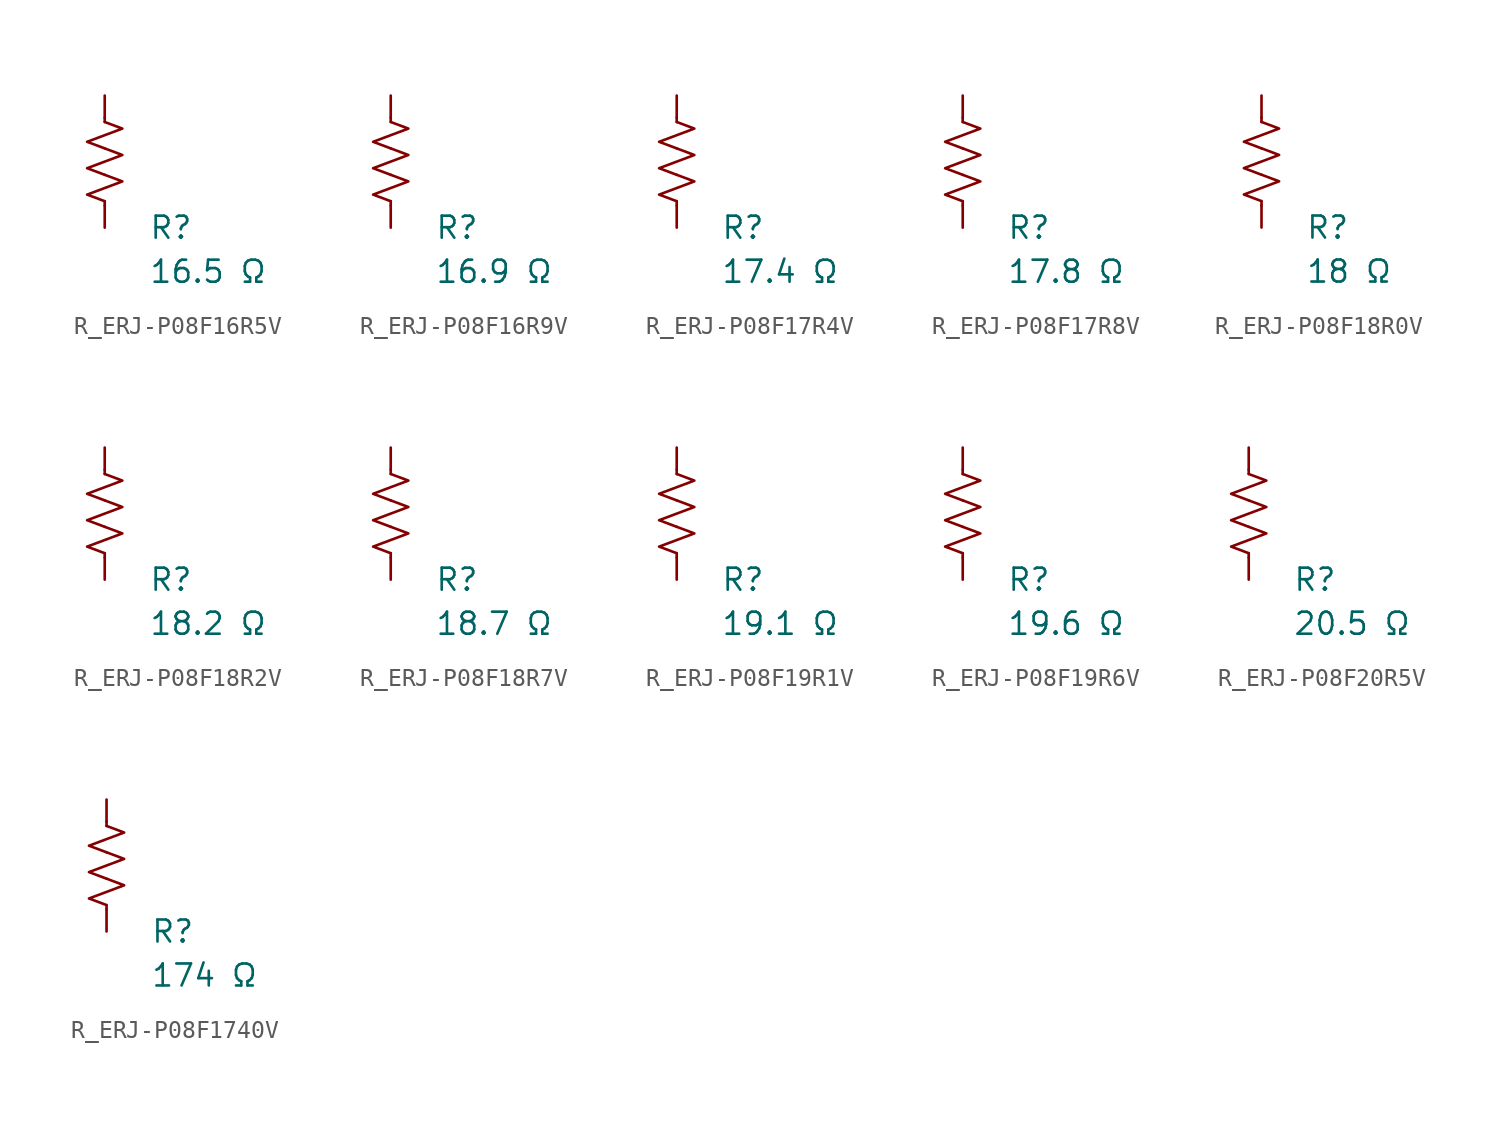
<source format=kicad_sym>
(kicad_symbol_lib
  (version 20231120)
  (generator "kicad_symbol_editor")
  (generator_version "8.0")
  (symbol "R_ERJ-P08F16R5V"
    (pin_numbers hide)
    (pin_names
      (offset 0))
    (property "Reference" "R"
      (at 2.54 -3.81 0)
      (effects (font (size 1.27 1.27)) (justify left))
      (show_name no))
    (property "Value" "16.5 Ω"
      (at 2.54 -6.35 0)
      (effects (font (size 1.27 1.27)) (justify left))
      (show_name no))
    (symbol "R_ERJ-P08F16R5V_0_1"
      (polyline (pts (xy 0 -2.286) (xy 0 -2.54)) (stroke (width 0) (type default)) (fill (type none)))
      (polyline (pts (xy 0 2.286) (xy 0 2.54)) (stroke (width 0) (type default)) (fill (type none)))
      (polyline (pts (xy 0 -0.762) (xy 1.016 -1.143) (xy 0 -1.524) (xy -1.016 -1.905) (xy 0 -2.286)) (stroke (width 0) (type default)) (fill (type none)))
      (polyline (pts (xy 0 0.762) (xy 1.016 0.381) (xy 0 0) (xy -1.016 -0.381) (xy 0 -0.762)) (stroke (width 0) (type default)) (fill (type none)))
      (polyline (pts (xy 0 2.286) (xy 1.016 1.905) (xy 0 1.524) (xy -1.016 1.143) (xy 0 0.762)) (stroke (width 0) (type default)) (fill (type none))))
    (symbol "R_ERJ-P08F16R5V_1_1"
      (pin passive line (at 0 3.81 270) (length 1.27) (name "~" (effects (font (size 1.27 1.27)))) (number "1" (effects (font (size 1.27 1.27)))))
      (pin passive line (at 0 -3.81 90) (length 1.27) (name "~" (effects (font (size 1.27 1.27)))) (number "2" (effects (font (size 1.27 1.27)))))))
  (symbol "R_ERJ-P08F16R9V"
    (pin_numbers hide)
    (pin_names
      (offset 0))
    (property "Reference" "R"
      (at 2.54 -3.81 0)
      (effects (font (size 1.27 1.27)) (justify left))
      (show_name no))
    (property "Value" "16.9 Ω"
      (at 2.54 -6.35 0)
      (effects (font (size 1.27 1.27)) (justify left))
      (show_name no))
    (symbol "R_ERJ-P08F16R9V_0_1"
      (polyline (pts (xy 0 -2.286) (xy 0 -2.54)) (stroke (width 0) (type default)) (fill (type none)))
      (polyline (pts (xy 0 2.286) (xy 0 2.54)) (stroke (width 0) (type default)) (fill (type none)))
      (polyline (pts (xy 0 -0.762) (xy 1.016 -1.143) (xy 0 -1.524) (xy -1.016 -1.905) (xy 0 -2.286)) (stroke (width 0) (type default)) (fill (type none)))
      (polyline (pts (xy 0 0.762) (xy 1.016 0.381) (xy 0 0) (xy -1.016 -0.381) (xy 0 -0.762)) (stroke (width 0) (type default)) (fill (type none)))
      (polyline (pts (xy 0 2.286) (xy 1.016 1.905) (xy 0 1.524) (xy -1.016 1.143) (xy 0 0.762)) (stroke (width 0) (type default)) (fill (type none))))
    (symbol "R_ERJ-P08F16R9V_1_1"
      (pin passive line (at 0 3.81 270) (length 1.27) (name "~" (effects (font (size 1.27 1.27)))) (number "1" (effects (font (size 1.27 1.27)))))
      (pin passive line (at 0 -3.81 90) (length 1.27) (name "~" (effects (font (size 1.27 1.27)))) (number "2" (effects (font (size 1.27 1.27)))))))
  (symbol "R_ERJ-P08F17R4V"
    (pin_numbers hide)
    (pin_names
      (offset 0))
    (property "Reference" "R"
      (at 2.54 -3.81 0)
      (effects (font (size 1.27 1.27)) (justify left))
      (show_name no))
    (property "Value" "17.4 Ω"
      (at 2.54 -6.35 0)
      (effects (font (size 1.27 1.27)) (justify left))
      (show_name no))
    (symbol "R_ERJ-P08F17R4V_0_1"
      (polyline (pts (xy 0 -2.286) (xy 0 -2.54)) (stroke (width 0) (type default)) (fill (type none)))
      (polyline (pts (xy 0 2.286) (xy 0 2.54)) (stroke (width 0) (type default)) (fill (type none)))
      (polyline (pts (xy 0 -0.762) (xy 1.016 -1.143) (xy 0 -1.524) (xy -1.016 -1.905) (xy 0 -2.286)) (stroke (width 0) (type default)) (fill (type none)))
      (polyline (pts (xy 0 0.762) (xy 1.016 0.381) (xy 0 0) (xy -1.016 -0.381) (xy 0 -0.762)) (stroke (width 0) (type default)) (fill (type none)))
      (polyline (pts (xy 0 2.286) (xy 1.016 1.905) (xy 0 1.524) (xy -1.016 1.143) (xy 0 0.762)) (stroke (width 0) (type default)) (fill (type none))))
    (symbol "R_ERJ-P08F17R4V_1_1"
      (pin passive line (at 0 3.81 270) (length 1.27) (name "~" (effects (font (size 1.27 1.27)))) (number "1" (effects (font (size 1.27 1.27)))))
      (pin passive line (at 0 -3.81 90) (length 1.27) (name "~" (effects (font (size 1.27 1.27)))) (number "2" (effects (font (size 1.27 1.27)))))))
  (symbol "R_ERJ-P08F17R8V"
    (pin_numbers hide)
    (pin_names
      (offset 0))
    (property "Reference" "R"
      (at 2.54 -3.81 0)
      (effects (font (size 1.27 1.27)) (justify left))
      (show_name no))
    (property "Value" "17.8 Ω"
      (at 2.54 -6.35 0)
      (effects (font (size 1.27 1.27)) (justify left))
      (show_name no))
    (symbol "R_ERJ-P08F17R8V_0_1"
      (polyline (pts (xy 0 -2.286) (xy 0 -2.54)) (stroke (width 0) (type default)) (fill (type none)))
      (polyline (pts (xy 0 2.286) (xy 0 2.54)) (stroke (width 0) (type default)) (fill (type none)))
      (polyline (pts (xy 0 -0.762) (xy 1.016 -1.143) (xy 0 -1.524) (xy -1.016 -1.905) (xy 0 -2.286)) (stroke (width 0) (type default)) (fill (type none)))
      (polyline (pts (xy 0 0.762) (xy 1.016 0.381) (xy 0 0) (xy -1.016 -0.381) (xy 0 -0.762)) (stroke (width 0) (type default)) (fill (type none)))
      (polyline (pts (xy 0 2.286) (xy 1.016 1.905) (xy 0 1.524) (xy -1.016 1.143) (xy 0 0.762)) (stroke (width 0) (type default)) (fill (type none))))
    (symbol "R_ERJ-P08F17R8V_1_1"
      (pin passive line (at 0 3.81 270) (length 1.27) (name "~" (effects (font (size 1.27 1.27)))) (number "1" (effects (font (size 1.27 1.27)))))
      (pin passive line (at 0 -3.81 90) (length 1.27) (name "~" (effects (font (size 1.27 1.27)))) (number "2" (effects (font (size 1.27 1.27)))))))
  (symbol "R_ERJ-P08F18R0V"
    (pin_numbers hide)
    (pin_names
      (offset 0))
    (property "Reference" "R"
      (at 2.54 -3.81 0)
      (effects (font (size 1.27 1.27)) (justify left))
      (show_name no))
    (property "Value" "18 Ω"
      (at 2.54 -6.35 0)
      (effects (font (size 1.27 1.27)) (justify left))
      (show_name no))
    (symbol "R_ERJ-P08F18R0V_0_1"
      (polyline (pts (xy 0 -2.286) (xy 0 -2.54)) (stroke (width 0) (type default)) (fill (type none)))
      (polyline (pts (xy 0 2.286) (xy 0 2.54)) (stroke (width 0) (type default)) (fill (type none)))
      (polyline (pts (xy 0 -0.762) (xy 1.016 -1.143) (xy 0 -1.524) (xy -1.016 -1.905) (xy 0 -2.286)) (stroke (width 0) (type default)) (fill (type none)))
      (polyline (pts (xy 0 0.762) (xy 1.016 0.381) (xy 0 0) (xy -1.016 -0.381) (xy 0 -0.762)) (stroke (width 0) (type default)) (fill (type none)))
      (polyline (pts (xy 0 2.286) (xy 1.016 1.905) (xy 0 1.524) (xy -1.016 1.143) (xy 0 0.762)) (stroke (width 0) (type default)) (fill (type none))))
    (symbol "R_ERJ-P08F18R0V_1_1"
      (pin passive line (at 0 3.81 270) (length 1.27) (name "~" (effects (font (size 1.27 1.27)))) (number "1" (effects (font (size 1.27 1.27)))))
      (pin passive line (at 0 -3.81 90) (length 1.27) (name "~" (effects (font (size 1.27 1.27)))) (number "2" (effects (font (size 1.27 1.27)))))))
  (symbol "R_ERJ-P08F18R2V"
    (pin_numbers hide)
    (pin_names
      (offset 0))
    (property "Reference" "R"
      (at 2.54 -3.81 0)
      (effects (font (size 1.27 1.27)) (justify left))
      (show_name no))
    (property "Value" "18.2 Ω"
      (at 2.54 -6.35 0)
      (effects (font (size 1.27 1.27)) (justify left))
      (show_name no))
    (symbol "R_ERJ-P08F18R2V_0_1"
      (polyline (pts (xy 0 -2.286) (xy 0 -2.54)) (stroke (width 0) (type default)) (fill (type none)))
      (polyline (pts (xy 0 2.286) (xy 0 2.54)) (stroke (width 0) (type default)) (fill (type none)))
      (polyline (pts (xy 0 -0.762) (xy 1.016 -1.143) (xy 0 -1.524) (xy -1.016 -1.905) (xy 0 -2.286)) (stroke (width 0) (type default)) (fill (type none)))
      (polyline (pts (xy 0 0.762) (xy 1.016 0.381) (xy 0 0) (xy -1.016 -0.381) (xy 0 -0.762)) (stroke (width 0) (type default)) (fill (type none)))
      (polyline (pts (xy 0 2.286) (xy 1.016 1.905) (xy 0 1.524) (xy -1.016 1.143) (xy 0 0.762)) (stroke (width 0) (type default)) (fill (type none))))
    (symbol "R_ERJ-P08F18R2V_1_1"
      (pin passive line (at 0 3.81 270) (length 1.27) (name "~" (effects (font (size 1.27 1.27)))) (number "1" (effects (font (size 1.27 1.27)))))
      (pin passive line (at 0 -3.81 90) (length 1.27) (name "~" (effects (font (size 1.27 1.27)))) (number "2" (effects (font (size 1.27 1.27)))))))
  (symbol "R_ERJ-P08F18R7V"
    (pin_numbers hide)
    (pin_names
      (offset 0))
    (property "Reference" "R"
      (at 2.54 -3.81 0)
      (effects (font (size 1.27 1.27)) (justify left))
      (show_name no))
    (property "Value" "18.7 Ω"
      (at 2.54 -6.35 0)
      (effects (font (size 1.27 1.27)) (justify left))
      (show_name no))
    (symbol "R_ERJ-P08F18R7V_0_1"
      (polyline (pts (xy 0 -2.286) (xy 0 -2.54)) (stroke (width 0) (type default)) (fill (type none)))
      (polyline (pts (xy 0 2.286) (xy 0 2.54)) (stroke (width 0) (type default)) (fill (type none)))
      (polyline (pts (xy 0 -0.762) (xy 1.016 -1.143) (xy 0 -1.524) (xy -1.016 -1.905) (xy 0 -2.286)) (stroke (width 0) (type default)) (fill (type none)))
      (polyline (pts (xy 0 0.762) (xy 1.016 0.381) (xy 0 0) (xy -1.016 -0.381) (xy 0 -0.762)) (stroke (width 0) (type default)) (fill (type none)))
      (polyline (pts (xy 0 2.286) (xy 1.016 1.905) (xy 0 1.524) (xy -1.016 1.143) (xy 0 0.762)) (stroke (width 0) (type default)) (fill (type none))))
    (symbol "R_ERJ-P08F18R7V_1_1"
      (pin passive line (at 0 3.81 270) (length 1.27) (name "~" (effects (font (size 1.27 1.27)))) (number "1" (effects (font (size 1.27 1.27)))))
      (pin passive line (at 0 -3.81 90) (length 1.27) (name "~" (effects (font (size 1.27 1.27)))) (number "2" (effects (font (size 1.27 1.27)))))))
  (symbol "R_ERJ-P08F19R1V"
    (pin_numbers hide)
    (pin_names
      (offset 0))
    (property "Reference" "R"
      (at 2.54 -3.81 0)
      (effects (font (size 1.27 1.27)) (justify left))
      (show_name no))
    (property "Value" "19.1 Ω"
      (at 2.54 -6.35 0)
      (effects (font (size 1.27 1.27)) (justify left))
      (show_name no))
    (symbol "R_ERJ-P08F19R1V_0_1"
      (polyline (pts (xy 0 -2.286) (xy 0 -2.54)) (stroke (width 0) (type default)) (fill (type none)))
      (polyline (pts (xy 0 2.286) (xy 0 2.54)) (stroke (width 0) (type default)) (fill (type none)))
      (polyline (pts (xy 0 -0.762) (xy 1.016 -1.143) (xy 0 -1.524) (xy -1.016 -1.905) (xy 0 -2.286)) (stroke (width 0) (type default)) (fill (type none)))
      (polyline (pts (xy 0 0.762) (xy 1.016 0.381) (xy 0 0) (xy -1.016 -0.381) (xy 0 -0.762)) (stroke (width 0) (type default)) (fill (type none)))
      (polyline (pts (xy 0 2.286) (xy 1.016 1.905) (xy 0 1.524) (xy -1.016 1.143) (xy 0 0.762)) (stroke (width 0) (type default)) (fill (type none))))
    (symbol "R_ERJ-P08F19R1V_1_1"
      (pin passive line (at 0 3.81 270) (length 1.27) (name "~" (effects (font (size 1.27 1.27)))) (number "1" (effects (font (size 1.27 1.27)))))
      (pin passive line (at 0 -3.81 90) (length 1.27) (name "~" (effects (font (size 1.27 1.27)))) (number "2" (effects (font (size 1.27 1.27)))))))
  (symbol "R_ERJ-P08F19R6V"
    (pin_numbers hide)
    (pin_names
      (offset 0))
    (property "Reference" "R"
      (at 2.54 -3.81 0)
      (effects (font (size 1.27 1.27)) (justify left))
      (show_name no))
    (property "Value" "19.6 Ω"
      (at 2.54 -6.35 0)
      (effects (font (size 1.27 1.27)) (justify left))
      (show_name no))
    (symbol "R_ERJ-P08F19R6V_0_1"
      (polyline (pts (xy 0 -2.286) (xy 0 -2.54)) (stroke (width 0) (type default)) (fill (type none)))
      (polyline (pts (xy 0 2.286) (xy 0 2.54)) (stroke (width 0) (type default)) (fill (type none)))
      (polyline (pts (xy 0 -0.762) (xy 1.016 -1.143) (xy 0 -1.524) (xy -1.016 -1.905) (xy 0 -2.286)) (stroke (width 0) (type default)) (fill (type none)))
      (polyline (pts (xy 0 0.762) (xy 1.016 0.381) (xy 0 0) (xy -1.016 -0.381) (xy 0 -0.762)) (stroke (width 0) (type default)) (fill (type none)))
      (polyline (pts (xy 0 2.286) (xy 1.016 1.905) (xy 0 1.524) (xy -1.016 1.143) (xy 0 0.762)) (stroke (width 0) (type default)) (fill (type none))))
    (symbol "R_ERJ-P08F19R6V_1_1"
      (pin passive line (at 0 3.81 270) (length 1.27) (name "~" (effects (font (size 1.27 1.27)))) (number "1" (effects (font (size 1.27 1.27)))))
      (pin passive line (at 0 -3.81 90) (length 1.27) (name "~" (effects (font (size 1.27 1.27)))) (number "2" (effects (font (size 1.27 1.27)))))))
  (symbol "R_ERJ-P08F20R5V"
    (pin_numbers hide)
    (pin_names
      (offset 0))
    (property "Reference" "R"
      (at 2.54 -3.81 0)
      (effects (font (size 1.27 1.27)) (justify left))
      (show_name no))
    (property "Value" "20.5 Ω"
      (at 2.54 -6.35 0)
      (effects (font (size 1.27 1.27)) (justify left))
      (show_name no))
    (symbol "R_ERJ-P08F20R5V_0_1"
      (polyline (pts (xy 0 -2.286) (xy 0 -2.54)) (stroke (width 0) (type default)) (fill (type none)))
      (polyline (pts (xy 0 2.286) (xy 0 2.54)) (stroke (width 0) (type default)) (fill (type none)))
      (polyline (pts (xy 0 -0.762) (xy 1.016 -1.143) (xy 0 -1.524) (xy -1.016 -1.905) (xy 0 -2.286)) (stroke (width 0) (type default)) (fill (type none)))
      (polyline (pts (xy 0 0.762) (xy 1.016 0.381) (xy 0 0) (xy -1.016 -0.381) (xy 0 -0.762)) (stroke (width 0) (type default)) (fill (type none)))
      (polyline (pts (xy 0 2.286) (xy 1.016 1.905) (xy 0 1.524) (xy -1.016 1.143) (xy 0 0.762)) (stroke (width 0) (type default)) (fill (type none))))
    (symbol "R_ERJ-P08F20R5V_1_1"
      (pin passive line (at 0 3.81 270) (length 1.27) (name "~" (effects (font (size 1.27 1.27)))) (number "1" (effects (font (size 1.27 1.27)))))
      (pin passive line (at 0 -3.81 90) (length 1.27) (name "~" (effects (font (size 1.27 1.27)))) (number "2" (effects (font (size 1.27 1.27)))))))
  (symbol "R_ERJ-P08F1740V"
    (pin_numbers hide)
    (pin_names
      (offset 0))
    (property "Reference" "R"
      (at 2.54 -3.81 0)
      (effects (font (size 1.27 1.27)) (justify left))
      (show_name no))
    (property "Value" "174 Ω"
      (at 2.54 -6.35 0)
      (effects (font (size 1.27 1.27)) (justify left))
      (show_name no))
    (symbol "R_ERJ-P08F1740V_0_1"
      (polyline (pts (xy 0 -2.286) (xy 0 -2.54)) (stroke (width 0) (type default)) (fill (type none)))
      (polyline (pts (xy 0 2.286) (xy 0 2.54)) (stroke (width 0) (type default)) (fill (type none)))
      (polyline (pts (xy 0 -0.762) (xy 1.016 -1.143) (xy 0 -1.524) (xy -1.016 -1.905) (xy 0 -2.286)) (stroke (width 0) (type default)) (fill (type none)))
      (polyline (pts (xy 0 0.762) (xy 1.016 0.381) (xy 0 0) (xy -1.016 -0.381) (xy 0 -0.762)) (stroke (width 0) (type default)) (fill (type none)))
      (polyline (pts (xy 0 2.286) (xy 1.016 1.905) (xy 0 1.524) (xy -1.016 1.143) (xy 0 0.762)) (stroke (width 0) (type default)) (fill (type none))))
    (symbol "R_ERJ-P08F1740V_1_1"
      (pin passive line (at 0 3.81 270) (length 1.27) (name "~" (effects (font (size 1.27 1.27)))) (number "1" (effects (font (size 1.27 1.27)))))
      (pin passive line (at 0 -3.81 90) (length 1.27) (name "~" (effects (font (size 1.27 1.27)))) (number "2" (effects (font (size 1.27 1.27))))))))
</source>
